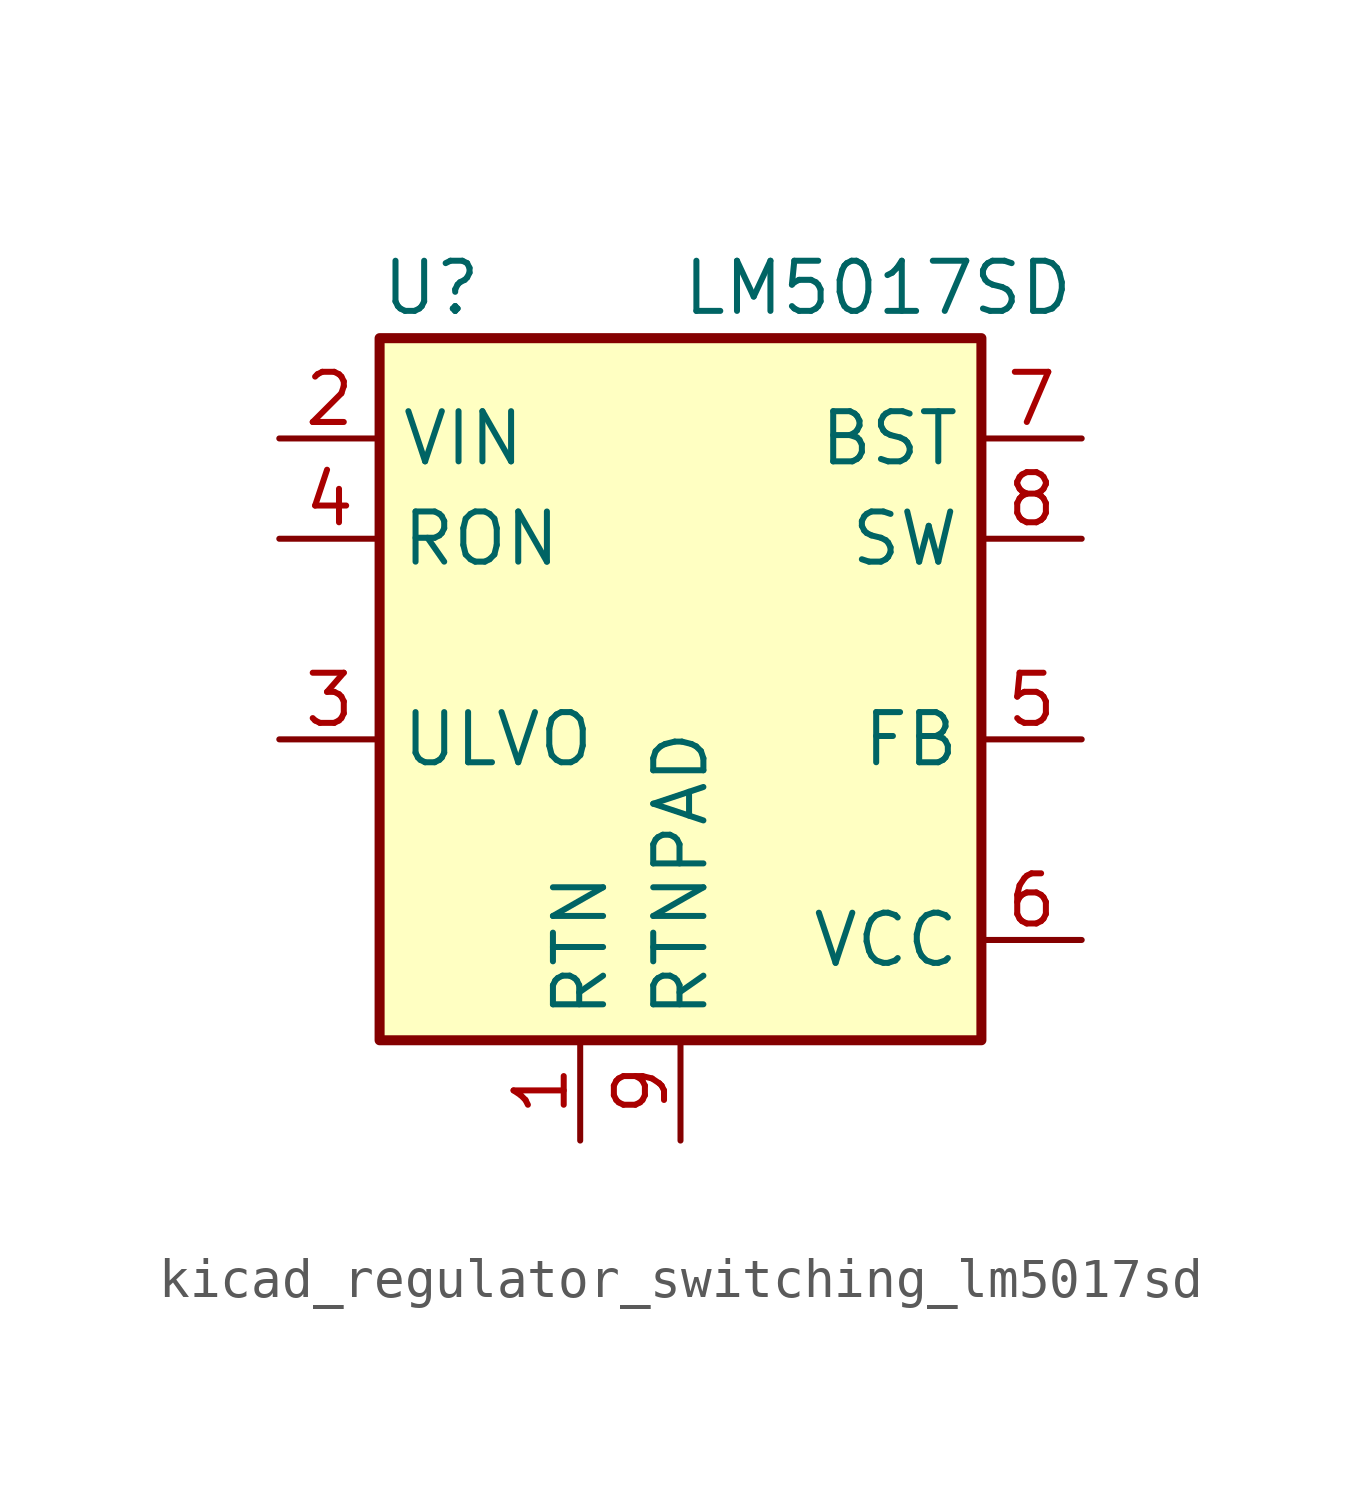
<source format=kicad_sym>
(kicad_symbol_lib
  (version 20220914)
  (generator kicad_symbol_editor)
  (symbol "kicad_regulator_switching_lm5017sd"
    (property "Reference" "U"
      (at -7.62 8.89 0)
      (effects (font (size 1.27 1.27)) (justify left)))
    (property "Value" "LM5017SD"
      (at 0 8.89 0)
      (effects (font (size 1.27 1.27)) (justify left)))
    (symbol "kicad_regulator_switching_lm5017sd_0_1"
      (rectangle (start -7.62 7.62) (end 7.62 -10.16) (stroke (width 0.254) (type default)) (fill (type background))))
    (symbol "kicad_regulator_switching_lm5017sd_1_1"
      (pin power_in line (at -2.54 -12.7 90) (length 2.54) (name "RTN" (effects (font (size 1.27 1.27)))) (number "1" (effects (font (size 1.27 1.27)))))
      (pin power_in line (at -10.16 5.08 0) (length 2.54) (name "VIN" (effects (font (size 1.27 1.27)))) (number "2" (effects (font (size 1.27 1.27)))))
      (pin input line (at -10.16 -2.54 0) (length 2.54) (name "ULVO" (effects (font (size 1.27 1.27)))) (number "3" (effects (font (size 1.27 1.27)))))
      (pin input line (at -10.16 2.54 0) (length 2.54) (name "RON" (effects (font (size 1.27 1.27)))) (number "4" (effects (font (size 1.27 1.27)))))
      (pin input line (at 10.16 -2.54 180) (length 2.54) (name "FB" (effects (font (size 1.27 1.27)))) (number "5" (effects (font (size 1.27 1.27)))))
      (pin output line (at 10.16 -7.62 180) (length 2.54) (name "VCC" (effects (font (size 1.27 1.27)))) (number "6" (effects (font (size 1.27 1.27)))))
      (pin input line (at 10.16 5.08 180) (length 2.54) (name "BST" (effects (font (size 1.27 1.27)))) (number "7" (effects (font (size 1.27 1.27)))))
      (pin output line (at 10.16 2.54 180) (length 2.54) (name "SW" (effects (font (size 1.27 1.27)))) (number "8" (effects (font (size 1.27 1.27)))))
      (pin power_in line (at 0 -12.7 90) (length 2.54) (name "RTNPAD" (effects (font (size 1.27 1.27)))) (number "9" (effects (font (size 1.27 1.27))))))))
</source>
